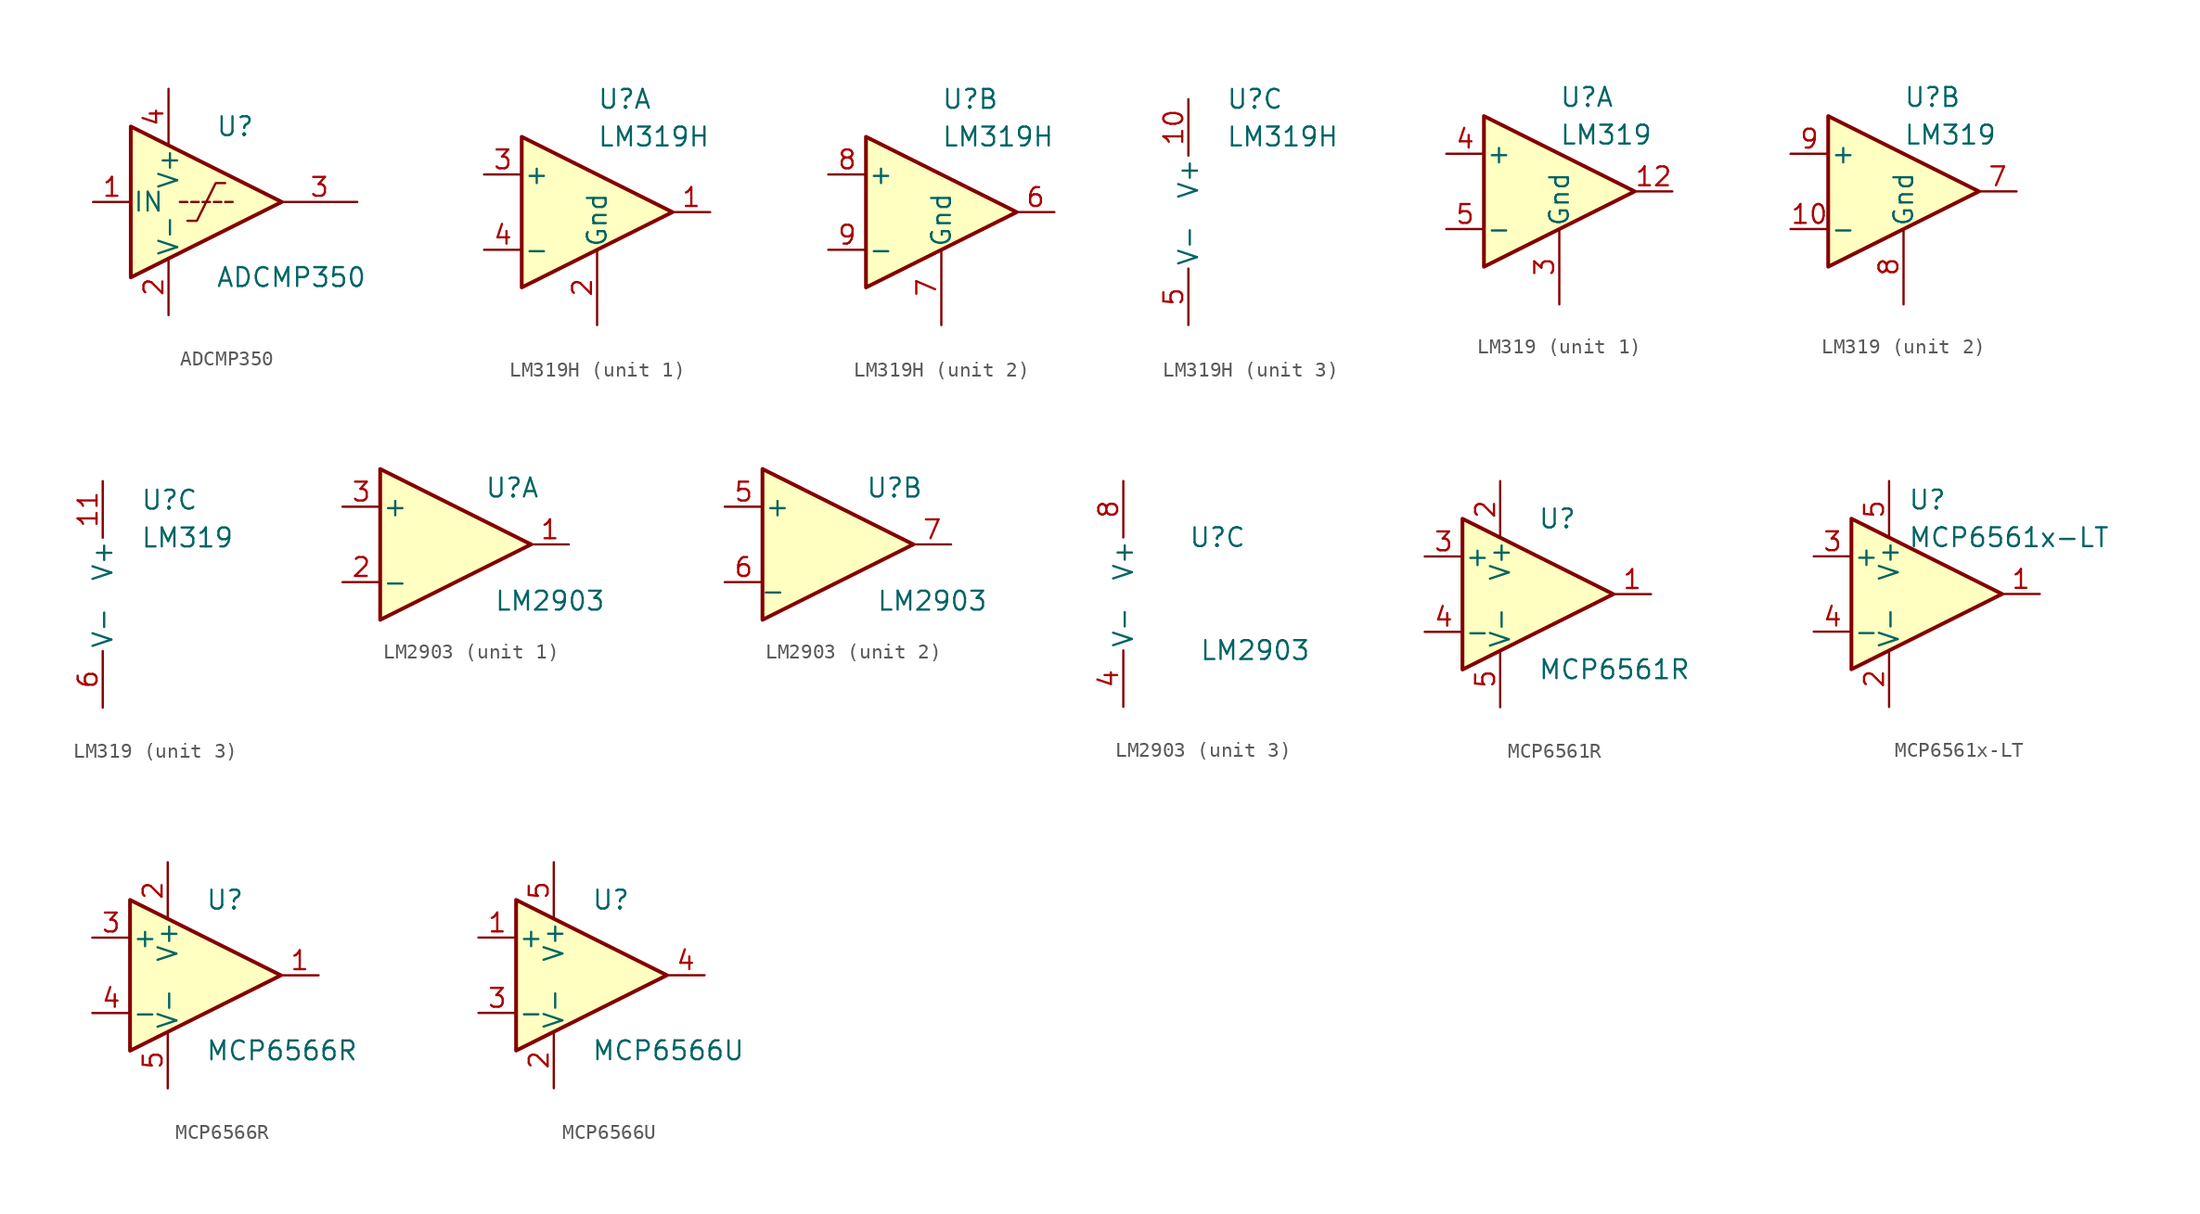
<source format=kicad_sym>
(kicad_symbol_lib
  (version 20211014)
  (generator kicad_symbol_editor)
  (symbol "ADCMP350"
    (pin_names
      (offset 0.127))
    (property "Reference" "U"
      (at 3.175 5.08 0)
      (effects (font (size 1.27 1.27)) (justify left)))
    (property "Value" "ADCMP350"
      (at 3.175 -5.08 0)
      (effects (font (size 1.27 1.27)) (justify left)))
    (symbol "ADCMP350_0_1"
      (polyline (pts (xy 1.27 0) (xy 0.762 0)) (stroke (width 0) (type default) (color 0 0 0 0)) (fill (type none)))
      (polyline (pts (xy 2.032 0) (xy 1.524 0)) (stroke (width 0) (type default) (color 0 0 0 0)) (fill (type none)))
      (polyline (pts (xy 2.286 0) (xy 2.794 0)) (stroke (width 0) (type default) (color 0 0 0 0)) (fill (type none)))
      (polyline (pts (xy 3.048 0) (xy 3.556 0)) (stroke (width 0) (type default) (color 0 0 0 0)) (fill (type none)))
      (polyline (pts (xy 3.81 0) (xy 4.318 0)) (stroke (width 0) (type default) (color 0 0 0 0)) (fill (type none)))
      (polyline (pts (xy -2.54 5.08) (xy 7.62 0) (xy -2.54 -5.08) (xy -2.54 5.08)) (stroke (width 0.254) (type default) (color 0 0 0 0)) (fill (type background)))
      (polyline (pts (xy 1.27 -1.27) (xy 1.905 -1.27) (xy 3.175 1.27) (xy 3.81 1.27)) (stroke (width 0) (type default) (color 0 0 0 0)) (fill (type none))))
    (symbol "ADCMP350_1_1"
      (pin input line (at -5.08 0 0) (length 2.54) (name "IN" (effects (font (size 1.27 1.27)))) (number "1" (effects (font (size 1.27 1.27)))))
      (pin power_in line (at 0 -7.62 90) (length 3.81) (name "V-" (effects (font (size 1.27 1.27)))) (number "2" (effects (font (size 1.27 1.27)))))
      (pin open_collector line (at 12.7 0 180) (length 5.08) (name "~" (effects (font (size 1.27 1.27)))) (number "3" (effects (font (size 1.27 1.27)))))
      (pin power_in line (at 0 7.62 270) (length 3.81) (name "V+" (effects (font (size 1.27 1.27)))) (number "4" (effects (font (size 1.27 1.27)))))))
  (symbol "LM319H"
    (pin_names
      (offset 0.127))
    (property "Reference" "U"
      (at 0 7.62 0)
      (effects (font (size 1.27 1.27)) (justify left)))
    (property "Value" "LM319H"
      (at 0 5.08 0)
      (effects (font (size 1.27 1.27)) (justify left)))
    (property "ki_locked" ""
      (at 0 0 0)
      (effects (font (size 1.27 1.27))))
    (symbol "LM319H_1_1"
      (polyline (pts (xy 5.08 0) (xy -5.08 5.08) (xy -5.08 -5.08) (xy 5.08 0)) (stroke (width 0.254) (type default) (color 0 0 0 0)) (fill (type background)))
      (pin open_collector line (at 7.62 0 180) (length 2.54) (name "~" (effects (font (size 1.27 1.27)))) (number "1" (effects (font (size 1.27 1.27)))))
      (pin open_emitter line (at 0 -7.62 90) (length 5.08) (name "Gnd" (effects (font (size 1.27 1.27)))) (number "2" (effects (font (size 1.27 1.27)))))
      (pin input line (at -7.62 2.54 0) (length 2.54) (name "+" (effects (font (size 1.27 1.27)))) (number "3" (effects (font (size 1.27 1.27)))))
      (pin input line (at -7.62 -2.54 0) (length 2.54) (name "-" (effects (font (size 1.27 1.27)))) (number "4" (effects (font (size 1.27 1.27))))))
    (symbol "LM319H_2_1"
      (polyline (pts (xy 5.08 0) (xy -5.08 5.08) (xy -5.08 -5.08) (xy 5.08 0)) (stroke (width 0.254) (type default) (color 0 0 0 0)) (fill (type background)))
      (pin open_collector line (at 7.62 0 180) (length 2.54) (name "~" (effects (font (size 1.27 1.27)))) (number "6" (effects (font (size 1.27 1.27)))))
      (pin open_emitter line (at 0 -7.62 90) (length 5.08) (name "Gnd" (effects (font (size 1.27 1.27)))) (number "7" (effects (font (size 1.27 1.27)))))
      (pin input line (at -7.62 2.54 0) (length 2.54) (name "+" (effects (font (size 1.27 1.27)))) (number "8" (effects (font (size 1.27 1.27)))))
      (pin input line (at -7.62 -2.54 0) (length 2.54) (name "-" (effects (font (size 1.27 1.27)))) (number "9" (effects (font (size 1.27 1.27))))))
    (symbol "LM319H_3_1"
      (pin power_in line (at -2.54 7.62 270) (length 3.81) (name "V+" (effects (font (size 1.27 1.27)))) (number "10" (effects (font (size 1.27 1.27)))))
      (pin power_in line (at -2.54 -7.62 90) (length 3.81) (name "V-" (effects (font (size 1.27 1.27)))) (number "5" (effects (font (size 1.27 1.27)))))))
  (symbol "LM319"
    (pin_names
      (offset 0.127))
    (property "Reference" "U"
      (at 0 6.35 0)
      (effects (font (size 1.27 1.27)) (justify left)))
    (property "Value" "LM319"
      (at 0 3.81 0)
      (effects (font (size 1.27 1.27)) (justify left)))
    (property "ki_locked" ""
      (at 0 0 0)
      (effects (font (size 1.27 1.27))))
    (symbol "LM319_1_1"
      (polyline (pts (xy -5.08 5.08) (xy 5.08 0) (xy -5.08 -5.08) (xy -5.08 5.08) (xy -5.08 5.08)) (stroke (width 0.254) (type default) (color 0 0 0 0)) (fill (type background)))
      (pin no_connect line (at 0 -2.54 90) (length 2.54) hide (name "NC" (effects (font (size 1.27 1.27)))) (number "1" (effects (font (size 1.27 1.27)))))
      (pin open_collector line (at 7.62 0 180) (length 2.54) (name "~" (effects (font (size 1.27 1.27)))) (number "12" (effects (font (size 1.27 1.27)))))
      (pin no_connect line (at 0 2.54 270) (length 2.54) hide (name "NC" (effects (font (size 1.27 1.27)))) (number "2" (effects (font (size 1.27 1.27)))))
      (pin open_emitter line (at 0 -7.62 90) (length 5.08) (name "Gnd" (effects (font (size 1.27 1.27)))) (number "3" (effects (font (size 1.27 1.27)))))
      (pin input line (at -7.62 2.54 0) (length 2.54) (name "+" (effects (font (size 1.27 1.27)))) (number "4" (effects (font (size 1.27 1.27)))))
      (pin input line (at -7.62 -2.54 0) (length 2.54) (name "-" (effects (font (size 1.27 1.27)))) (number "5" (effects (font (size 1.27 1.27))))))
    (symbol "LM319_2_1"
      (polyline (pts (xy -5.08 5.08) (xy 5.08 0) (xy -5.08 -5.08) (xy -5.08 5.08) (xy -5.08 5.08)) (stroke (width 0.254) (type default) (color 0 0 0 0)) (fill (type background)))
      (pin input line (at -7.62 -2.54 0) (length 2.54) (name "-" (effects (font (size 1.27 1.27)))) (number "10" (effects (font (size 1.27 1.27)))))
      (pin no_connect line (at 0 -2.54 90) (length 2.54) hide (name "NC" (effects (font (size 1.27 1.27)))) (number "13" (effects (font (size 1.27 1.27)))))
      (pin no_connect line (at 0 2.54 270) (length 2.54) hide (name "NC" (effects (font (size 1.27 1.27)))) (number "14" (effects (font (size 1.27 1.27)))))
      (pin open_collector line (at 7.62 0 180) (length 2.54) (name "~" (effects (font (size 1.27 1.27)))) (number "7" (effects (font (size 1.27 1.27)))))
      (pin open_emitter line (at 0 -7.62 90) (length 5.08) (name "Gnd" (effects (font (size 1.27 1.27)))) (number "8" (effects (font (size 1.27 1.27)))))
      (pin input line (at -7.62 2.54 0) (length 2.54) (name "+" (effects (font (size 1.27 1.27)))) (number "9" (effects (font (size 1.27 1.27))))))
    (symbol "LM319_3_1"
      (pin power_in line (at -2.54 7.62 270) (length 3.81) (name "V+" (effects (font (size 1.27 1.27)))) (number "11" (effects (font (size 1.27 1.27)))))
      (pin power_in line (at -2.54 -7.62 90) (length 3.81) (name "V-" (effects (font (size 1.27 1.27)))) (number "6" (effects (font (size 1.27 1.27)))))))
  (symbol "LM2903"
    (pin_names
      (offset 0.127))
    (property "Reference" "U"
      (at 3.81 3.81 0)
      (effects (font (size 1.27 1.27))))
    (property "Value" "LM2903"
      (at 6.35 -3.81 0)
      (effects (font (size 1.27 1.27))))
    (property "ki_locked" ""
      (at 0 0 0)
      (effects (font (size 1.27 1.27))))
    (symbol "LM2903_1_1"
      (polyline (pts (xy -5.08 5.08) (xy 5.08 0) (xy -5.08 -5.08) (xy -5.08 5.08)) (stroke (width 0.254) (type default) (color 0 0 0 0)) (fill (type background)))
      (pin open_collector line (at 7.62 0 180) (length 2.54) (name "~" (effects (font (size 1.27 1.27)))) (number "1" (effects (font (size 1.27 1.27)))))
      (pin input line (at -7.62 -2.54 0) (length 2.54) (name "-" (effects (font (size 1.27 1.27)))) (number "2" (effects (font (size 1.27 1.27)))))
      (pin input line (at -7.62 2.54 0) (length 2.54) (name "+" (effects (font (size 1.27 1.27)))) (number "3" (effects (font (size 1.27 1.27))))))
    (symbol "LM2903_2_1"
      (polyline (pts (xy -5.08 5.08) (xy 5.08 0) (xy -5.08 -5.08) (xy -5.08 5.08)) (stroke (width 0.254) (type default) (color 0 0 0 0)) (fill (type background)))
      (pin input line (at -7.62 2.54 0) (length 2.54) (name "+" (effects (font (size 1.27 1.27)))) (number "5" (effects (font (size 1.27 1.27)))))
      (pin input line (at -7.62 -2.54 0) (length 2.54) (name "_" (effects (font (size 1.27 1.27)))) (number "6" (effects (font (size 1.27 1.27)))))
      (pin open_collector line (at 7.62 0 180) (length 2.54) (name "~" (effects (font (size 1.27 1.27)))) (number "7" (effects (font (size 1.27 1.27))))))
    (symbol "LM2903_3_1"
      (pin power_in line (at -2.54 -7.62 90) (length 3.81) (name "V-" (effects (font (size 1.27 1.27)))) (number "4" (effects (font (size 1.27 1.27)))))
      (pin power_in line (at -2.54 7.62 270) (length 3.81) (name "V+" (effects (font (size 1.27 1.27)))) (number "8" (effects (font (size 1.27 1.27)))))))
  (symbol "MCP6561R"
    (pin_names
      (offset 0.127))
    (property "Reference" "U"
      (at 0 5.08 0)
      (effects (font (size 1.27 1.27)) (justify left)))
    (property "Value" "MCP6561R"
      (at 0 -5.08 0)
      (effects (font (size 1.27 1.27)) (justify left)))
    (symbol "MCP6561R_0_1"
      (polyline (pts (xy -5.08 5.08) (xy 5.08 0) (xy -5.08 -5.08) (xy -5.08 5.08)) (stroke (width 0.254) (type default) (color 0 0 0 0)) (fill (type background)))
      (pin power_in line (at -2.54 7.62 270) (length 3.81) (name "V+" (effects (font (size 1.27 1.27)))) (number "2" (effects (font (size 1.27 1.27)))))
      (pin power_in line (at -2.54 -7.62 90) (length 3.81) (name "V-" (effects (font (size 1.27 1.27)))) (number "5" (effects (font (size 1.27 1.27))))))
    (symbol "MCP6561R_1_1"
      (pin output line (at 7.62 0 180) (length 2.54) (name "~" (effects (font (size 1.27 1.27)))) (number "1" (effects (font (size 1.27 1.27)))))
      (pin input line (at -7.62 2.54 0) (length 2.54) (name "+" (effects (font (size 1.27 1.27)))) (number "3" (effects (font (size 1.27 1.27)))))
      (pin input line (at -7.62 -2.54 0) (length 2.54) (name "-" (effects (font (size 1.27 1.27)))) (number "4" (effects (font (size 1.27 1.27)))))))
  (symbol "MCP6561x-LT"
    (pin_names
      (offset 0.127))
    (property "Reference" "U"
      (at -1.27 6.35 0)
      (effects (font (size 1.27 1.27)) (justify left)))
    (property "Value" "MCP6561x-LT"
      (at -1.27 3.81 0)
      (effects (font (size 1.27 1.27)) (justify left)))
    (symbol "MCP6561x-LT_0_1"
      (polyline (pts (xy -5.08 5.08) (xy 5.08 0) (xy -5.08 -5.08) (xy -5.08 5.08)) (stroke (width 0.254) (type default) (color 0 0 0 0)) (fill (type background)))
      (pin power_in line (at -2.54 -7.62 90) (length 3.81) (name "V-" (effects (font (size 1.27 1.27)))) (number "2" (effects (font (size 1.27 1.27)))))
      (pin power_in line (at -2.54 7.62 270) (length 3.81) (name "V+" (effects (font (size 1.27 1.27)))) (number "5" (effects (font (size 1.27 1.27))))))
    (symbol "MCP6561x-LT_1_1"
      (pin output line (at 7.62 0 180) (length 2.54) (name "~" (effects (font (size 1.27 1.27)))) (number "1" (effects (font (size 1.27 1.27)))))
      (pin input line (at -7.62 2.54 0) (length 2.54) (name "+" (effects (font (size 1.27 1.27)))) (number "3" (effects (font (size 1.27 1.27)))))
      (pin input line (at -7.62 -2.54 0) (length 2.54) (name "-" (effects (font (size 1.27 1.27)))) (number "4" (effects (font (size 1.27 1.27)))))))
  (symbol "MCP6566R"
    (pin_names
      (offset 0.127))
    (property "Reference" "U"
      (at 0 5.08 0)
      (effects (font (size 1.27 1.27)) (justify left)))
    (property "Value" "MCP6566R"
      (at 0 -5.08 0)
      (effects (font (size 1.27 1.27)) (justify left)))
    (symbol "MCP6566R_0_1"
      (polyline (pts (xy -5.08 5.08) (xy 5.08 0) (xy -5.08 -5.08) (xy -5.08 5.08)) (stroke (width 0.254) (type default) (color 0 0 0 0)) (fill (type background)))
      (pin power_in line (at -2.54 7.62 270) (length 3.81) (name "V+" (effects (font (size 1.27 1.27)))) (number "2" (effects (font (size 1.27 1.27)))))
      (pin power_in line (at -2.54 -7.62 90) (length 3.81) (name "V-" (effects (font (size 1.27 1.27)))) (number "5" (effects (font (size 1.27 1.27))))))
    (symbol "MCP6566R_1_1"
      (pin open_collector line (at 7.62 0 180) (length 2.54) (name "~" (effects (font (size 1.27 1.27)))) (number "1" (effects (font (size 1.27 1.27)))))
      (pin input line (at -7.62 2.54 0) (length 2.54) (name "+" (effects (font (size 1.27 1.27)))) (number "3" (effects (font (size 1.27 1.27)))))
      (pin input line (at -7.62 -2.54 0) (length 2.54) (name "-" (effects (font (size 1.27 1.27)))) (number "4" (effects (font (size 1.27 1.27)))))))
  (symbol "MCP6566U"
    (pin_names
      (offset 0.127))
    (property "Reference" "U"
      (at 0 5.08 0)
      (effects (font (size 1.27 1.27)) (justify left)))
    (property "Value" "MCP6566U"
      (at 0 -5.08 0)
      (effects (font (size 1.27 1.27)) (justify left)))
    (symbol "MCP6566U_0_1"
      (polyline (pts (xy -5.08 5.08) (xy 5.08 0) (xy -5.08 -5.08) (xy -5.08 5.08)) (stroke (width 0.254) (type default) (color 0 0 0 0)) (fill (type background)))
      (pin power_in line (at -2.54 -7.62 90) (length 3.81) (name "V-" (effects (font (size 1.27 1.27)))) (number "2" (effects (font (size 1.27 1.27)))))
      (pin power_in line (at -2.54 7.62 270) (length 3.81) (name "V+" (effects (font (size 1.27 1.27)))) (number "5" (effects (font (size 1.27 1.27))))))
    (symbol "MCP6566U_1_1"
      (pin input line (at -7.62 2.54 0) (length 2.54) (name "+" (effects (font (size 1.27 1.27)))) (number "1" (effects (font (size 1.27 1.27)))))
      (pin input line (at -7.62 -2.54 0) (length 2.54) (name "-" (effects (font (size 1.27 1.27)))) (number "3" (effects (font (size 1.27 1.27)))))
      (pin open_collector line (at 7.62 0 180) (length 2.54) (name "~" (effects (font (size 1.27 1.27)))) (number "4" (effects (font (size 1.27 1.27))))))))
</source>
